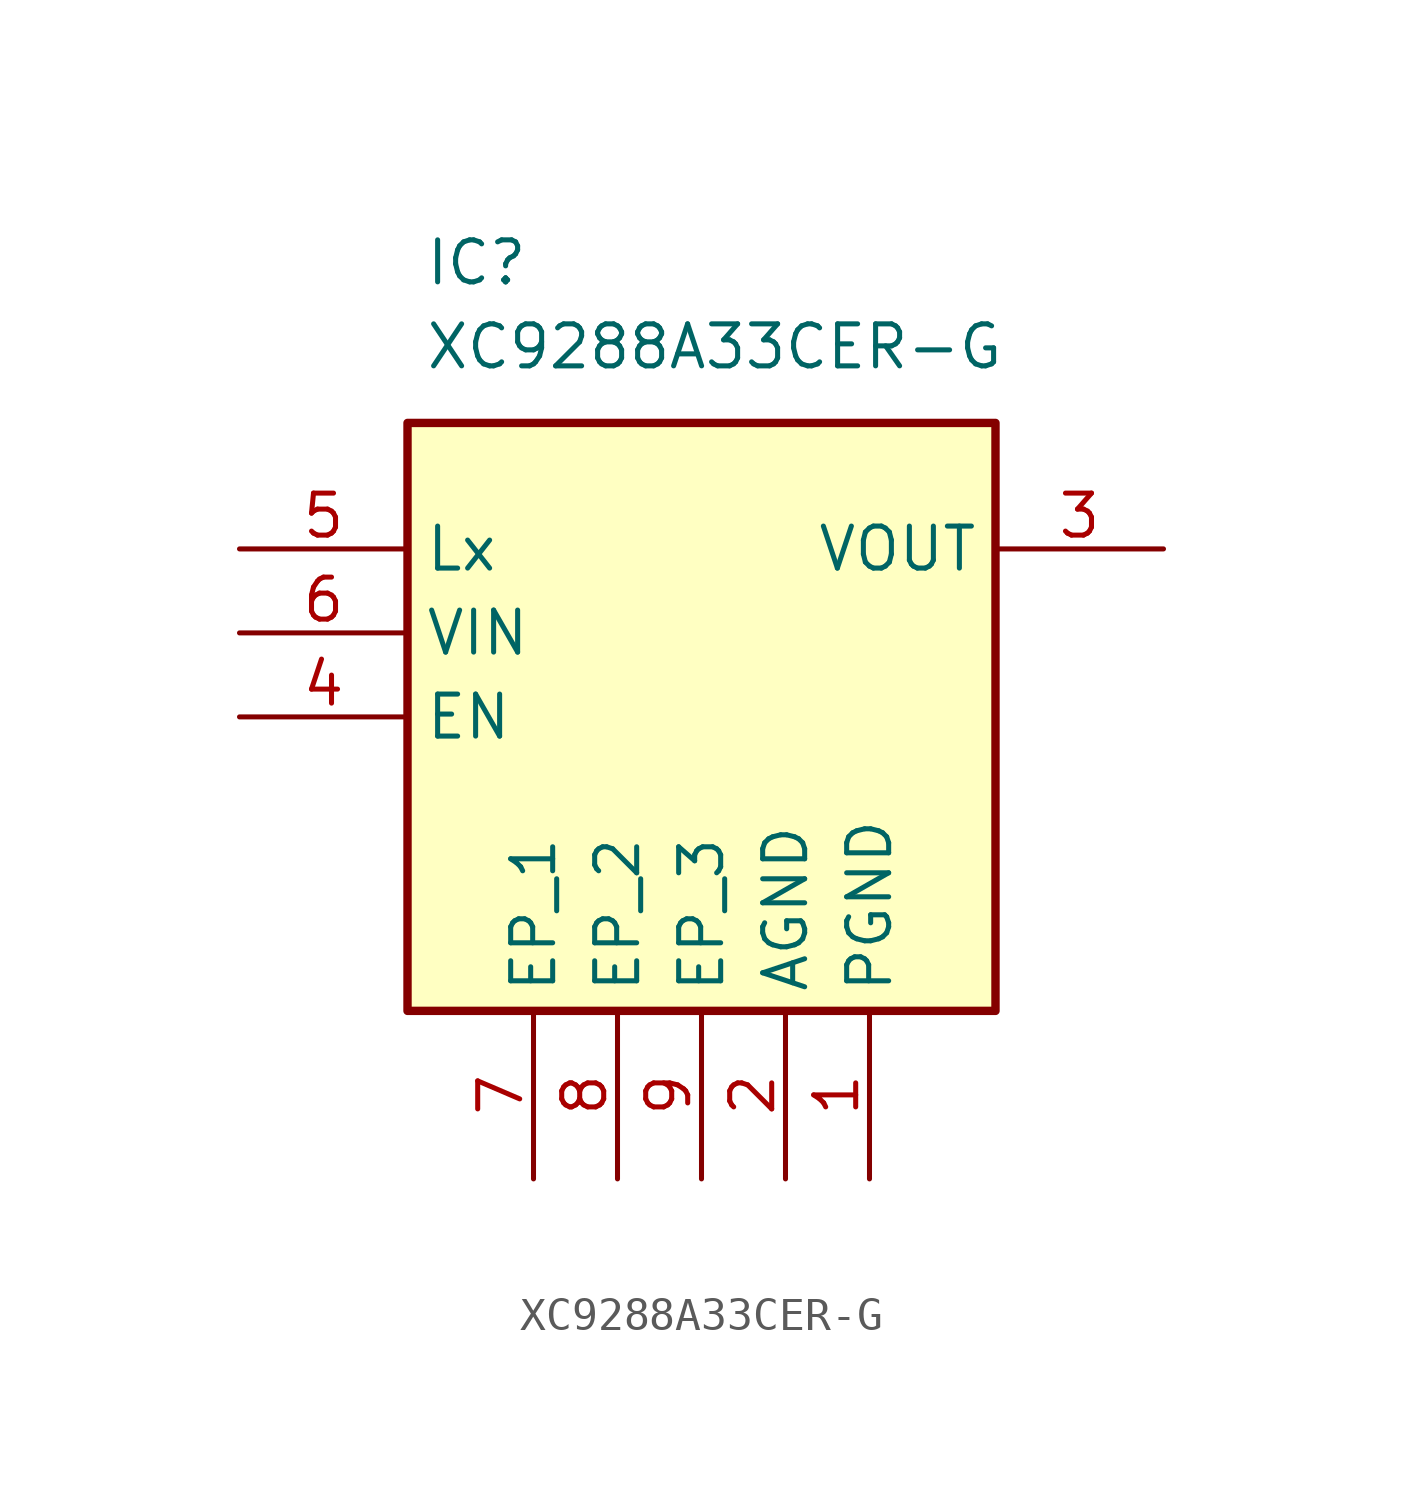
<source format=kicad_sym>
(kicad_symbol_lib
  (version 20241209)
  (generator "kicad_symbol_editor")
  (generator_version "9.0")
  (symbol "XC9288A33CER-G"
    (property "Reference" "IC"
      (at -9.652 13.208 0)
      (effects (font (size 1.27 1.27)) (justify left top)))
    (property "Value" "XC9288A33CER-G"
      (at -9.652 10.668 0)
      (effects (font (size 1.27 1.27)) (justify left top)))
    (symbol "XC9288A33CER-G_1_1"
      (rectangle (start -10.16 7.62) (end 7.62 -10.16) (stroke (width 0.254) (type default)) (fill (type background)))
      (pin passive line (at -15.24 3.81 0) (length 5.08) (name "Lx" (effects (font (size 1.27 1.27)))) (number "5" (effects (font (size 1.27 1.27)))))
      (pin passive line (at -15.24 1.27 0) (length 5.08) (name "VIN" (effects (font (size 1.27 1.27)))) (number "6" (effects (font (size 1.27 1.27)))))
      (pin passive line (at -15.24 -1.27 0) (length 5.08) (name "EN" (effects (font (size 1.27 1.27)))) (number "4" (effects (font (size 1.27 1.27)))))
      (pin passive line (at -6.35 -15.24 90) (length 5.08) (name "EP_1" (effects (font (size 1.27 1.27)))) (number "7" (effects (font (size 1.27 1.27)))))
      (pin passive line (at -3.81 -15.24 90) (length 5.08) (name "EP_2" (effects (font (size 1.27 1.27)))) (number "8" (effects (font (size 1.27 1.27)))))
      (pin passive line (at -1.27 -15.24 90) (length 5.08) (name "EP_3" (effects (font (size 1.27 1.27)))) (number "9" (effects (font (size 1.27 1.27)))))
      (pin passive line (at 1.27 -15.24 90) (length 5.08) (name "AGND" (effects (font (size 1.27 1.27)))) (number "2" (effects (font (size 1.27 1.27)))))
      (pin passive line (at 3.81 -15.24 90) (length 5.08) (name "PGND" (effects (font (size 1.27 1.27)))) (number "1" (effects (font (size 1.27 1.27)))))
      (pin passive line (at 12.7 3.81 180) (length 5.08) (name "VOUT" (effects (font (size 1.27 1.27)))) (number "3" (effects (font (size 1.27 1.27))))))))
</source>
